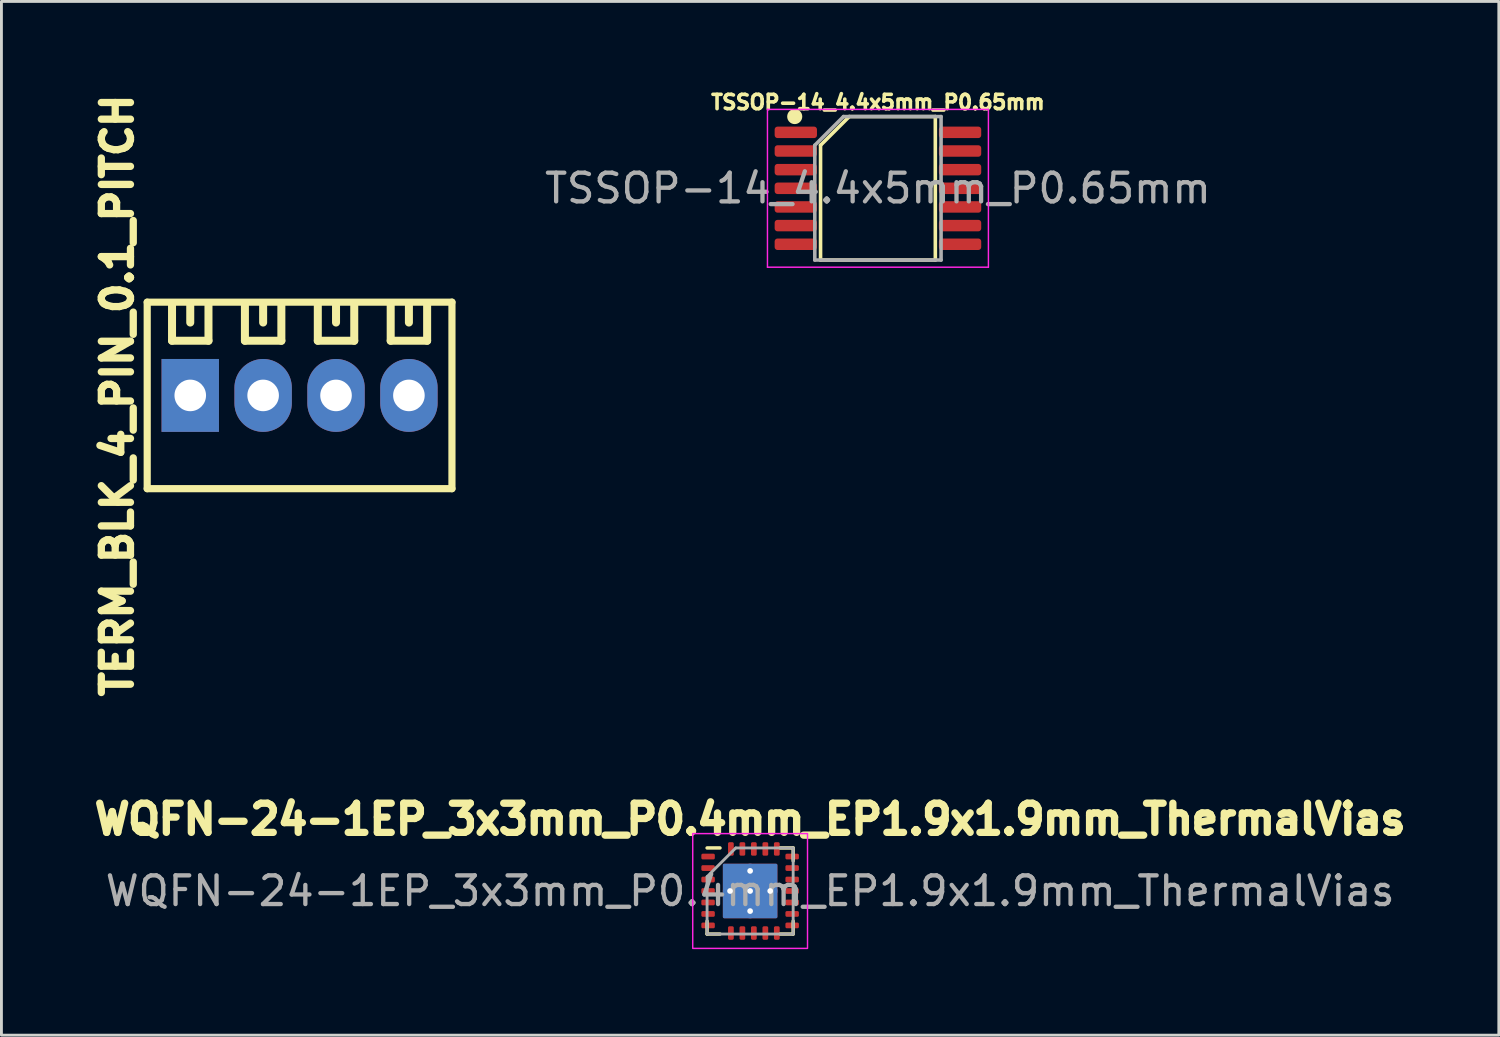
<source format=kicad_pcb>
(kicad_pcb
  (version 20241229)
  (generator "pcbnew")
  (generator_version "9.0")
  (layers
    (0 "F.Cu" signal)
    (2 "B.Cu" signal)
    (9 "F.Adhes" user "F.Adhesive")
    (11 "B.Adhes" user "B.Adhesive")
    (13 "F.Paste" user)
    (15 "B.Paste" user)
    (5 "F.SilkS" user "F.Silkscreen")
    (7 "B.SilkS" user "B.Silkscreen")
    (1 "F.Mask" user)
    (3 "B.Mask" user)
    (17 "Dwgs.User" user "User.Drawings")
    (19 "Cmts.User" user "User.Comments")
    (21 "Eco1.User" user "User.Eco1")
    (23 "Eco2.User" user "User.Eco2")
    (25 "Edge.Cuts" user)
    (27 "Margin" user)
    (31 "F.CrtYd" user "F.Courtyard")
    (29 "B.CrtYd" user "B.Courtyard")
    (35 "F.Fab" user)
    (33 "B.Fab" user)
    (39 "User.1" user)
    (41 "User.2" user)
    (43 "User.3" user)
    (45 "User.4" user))
  (footprint "TERM_BLK_4_PIN_0.1_PITCH"
    (layer "F.Cu")
    (at 7.39 10.73)
    (property "Reference" "TERM_BLK_4_PIN_0.1_PITCH" (at -6.35 0 90) (layer "F.SilkS") (effects (font (size 1.016 1.016) (thickness 0.254))))
    (attr through_hole)
    (fp_line (start -5.31 -3.25) (end -5.31 3.25) (stroke (width 0.25) (type solid)) (layer "F.SilkS"))
    (fp_line (start -5.31 -3.25) (end 5.31 -3.25) (stroke (width 0.25) (type solid)) (layer "F.SilkS"))
    (fp_line (start -5.31 3.25) (end 5.31 3.25) (stroke (width 0.25) (type solid)) (layer "F.SilkS"))
    (fp_line (start -4.445 -3.175) (end -4.445 -1.905) (stroke (width 0.279) (type solid)) (layer "F.SilkS"))
    (fp_line (start -4.445 -1.905) (end -3.175 -1.905) (stroke (width 0.279) (type solid)) (layer "F.SilkS"))
    (fp_line (start -3.81 -2.54) (end -3.81 -3.175) (stroke (width 0.279) (type solid)) (layer "F.SilkS"))
    (fp_line (start -3.175 -1.905) (end -3.175 -3.175) (stroke (width 0.279) (type solid)) (layer "F.SilkS"))
    (fp_line (start -1.905 -3.175) (end -1.905 -1.905) (stroke (width 0.279) (type solid)) (layer "F.SilkS"))
    (fp_line (start -1.905 -1.905) (end -0.635 -1.905) (stroke (width 0.279) (type solid)) (layer "F.SilkS"))
    (fp_line (start -1.27 -2.54) (end -1.27 -3.175) (stroke (width 0.279) (type solid)) (layer "F.SilkS"))
    (fp_line (start -0.635 -1.905) (end -0.635 -3.175) (stroke (width 0.279) (type solid)) (layer "F.SilkS"))
    (fp_line (start 0.635 -3.175) (end 0.635 -1.905) (stroke (width 0.279) (type solid)) (layer "F.SilkS"))
    (fp_line (start 0.635 -1.905) (end 1.905 -1.905) (stroke (width 0.279) (type solid)) (layer "F.SilkS"))
    (fp_line (start 1.27 -2.54) (end 1.27 -3.175) (stroke (width 0.279) (type solid)) (layer "F.SilkS"))
    (fp_line (start 1.905 -1.905) (end 1.905 -3.175) (stroke (width 0.279) (type solid)) (layer "F.SilkS"))
    (fp_line (start 3.175 -3.175) (end 3.175 -1.905) (stroke (width 0.279) (type solid)) (layer "F.SilkS"))
    (fp_line (start 3.175 -1.905) (end 4.445 -1.905) (stroke (width 0.279) (type solid)) (layer "F.SilkS"))
    (fp_line (start 3.81 -2.54) (end 3.81 -3.175) (stroke (width 0.279) (type solid)) (layer "F.SilkS"))
    (fp_line (start 4.445 -1.905) (end 4.445 -3.175) (stroke (width 0.279) (type solid)) (layer "F.SilkS"))
    (fp_line (start 5.31 -3.25) (end 5.31 3.25) (stroke (width 0.25) (type solid)) (layer "F.SilkS"))
    (pad "1" thru_hole rect (at -3.81 0) (size 2 2.54) (drill 1.1) (layers "*.Cu" "*.Mask"))
    (pad "2" thru_hole oval (at -1.27 0) (size 2 2.54) (drill 1.1) (layers "*.Cu" "*.Mask"))
    (pad "3" thru_hole oval (at 1.27 0) (size 2 2.54) (drill 1.1) (layers "*.Cu" "*.Mask"))
    (pad "4" thru_hole oval (at 3.81 0) (size 2 2.54) (drill 1.1) (layers "*.Cu" "*.Mask")))
  (footprint "WQFN-24-1EP_3x3mm_P0.4mm_EP1.9x1.9mm_ThermalVias"
    (layer "F.Cu")
    (at 23.091 28)
    (property "Reference" "WQFN-24-1EP_3x3mm_P0.4mm_EP1.9x1.9mm_ThermalVias" (at 0 -2.5 0) (layer "F.SilkS") (effects (font (size 1.016 1.016) (thickness 0.254))))
    (attr smd)
    (fp_line (start -1.5 1.5) (end -1.5 1.05) (stroke (width 0.12) (type solid)) (layer "F.SilkS"))
    (fp_line (start -1.05 -1.5) (end -1.5 -1.5) (stroke (width 0.12) (type solid)) (layer "F.SilkS"))
    (fp_line (start -1.05 1.5) (end -1.5 1.5) (stroke (width 0.12) (type solid)) (layer "F.SilkS"))
    (fp_line (start 1.05 -1.5) (end 1.5 -1.5) (stroke (width 0.12) (type solid)) (layer "F.SilkS"))
    (fp_line (start 1.05 1.5) (end 1.5 1.5) (stroke (width 0.12) (type solid)) (layer "F.SilkS"))
    (fp_line (start 1.5 -1.5) (end 1.5 -1.05) (stroke (width 0.12) (type solid)) (layer "F.SilkS"))
    (fp_line (start 1.5 1.5) (end 1.5 1.05) (stroke (width 0.12) (type solid)) (layer "F.SilkS"))
    (fp_rect (start -2 -2) (end 2 2) (stroke (width 0.05) (type solid)) (fill no) (layer "F.CrtYd"))
    (fp_line (start -1.5 -0.5) (end -1.5 1.5) (stroke (width 0.1) (type solid)) (layer "F.Fab"))
    (fp_line (start -1.5 1.5) (end 1.5 1.5) (stroke (width 0.1) (type solid)) (layer "F.Fab"))
    (fp_line (start -0.5 -1.5) (end -1.5 -0.5) (stroke (width 0.1) (type solid)) (layer "F.Fab"))
    (fp_line (start 1.5 -1.5) (end -0.5 -1.5) (stroke (width 0.1) (type solid)) (layer "F.Fab"))
    (fp_line (start 1.5 1.5) (end 1.5 -1.5) (stroke (width 0.1) (type solid)) (layer "F.Fab"))
    (fp_text user "${REFERENCE}" (at 0 0 0) (layer "F.Fab") (effects (font (size 1 1) (thickness 0.15))))
    (pad "" smd roundrect (at -0.47 -0.47) (size 0.75 0.75) (layers "F.Paste") (roundrect_rratio 0.067))
    (pad "" smd roundrect (at -0.47 0.47) (size 0.75 0.75) (layers "F.Paste") (roundrect_rratio 0.067))
    (pad "" smd roundrect (at 0.47 -0.47) (size 0.75 0.75) (layers "F.Paste") (roundrect_rratio 0.067))
    (pad "" smd roundrect (at 0.47 0.47) (size 0.75 0.75) (layers "F.Paste") (roundrect_rratio 0.067))
    (pad "1" smd roundrect (at -1.465 -1.2) (size 0.47 0.2) (layers "F.Cu" "F.Mask" "F.Paste") (roundrect_rratio 0.25))
    (pad "2" smd roundrect (at -1.465 -0.8) (size 0.47 0.2) (layers "F.Cu" "F.Mask" "F.Paste") (roundrect_rratio 0.25))
    (pad "3" smd roundrect (at -1.465 -0.4) (size 0.47 0.2) (layers "F.Cu" "F.Mask" "F.Paste") (roundrect_rratio 0.25))
    (pad "4" smd roundrect (at -1.465 0) (size 0.47 0.2) (layers "F.Cu" "F.Mask" "F.Paste") (roundrect_rratio 0.25))
    (pad "5" smd roundrect (at -1.465 0.4) (size 0.47 0.2) (layers "F.Cu" "F.Mask" "F.Paste") (roundrect_rratio 0.25))
    (pad "6" smd roundrect (at -1.465 0.8) (size 0.47 0.2) (layers "F.Cu" "F.Mask" "F.Paste") (roundrect_rratio 0.25))
    (pad "7" smd roundrect (at -1.465 1.2) (size 0.47 0.2) (layers "F.Cu" "F.Mask" "F.Paste") (roundrect_rratio 0.25))
    (pad "8" smd roundrect (at -0.67 1.465) (size 0.2 0.47) (layers "F.Cu" "F.Mask" "F.Paste") (roundrect_rratio 0.25))
    (pad "9" smd roundrect (at -0.27 1.465) (size 0.2 0.47) (layers "F.Cu" "F.Mask" "F.Paste") (roundrect_rratio 0.25))
    (pad "10" smd roundrect (at 0.13 1.465) (size 0.2 0.47) (layers "F.Cu" "F.Mask" "F.Paste") (roundrect_rratio 0.25))
    (pad "11" smd roundrect (at 0.53 1.465) (size 0.2 0.47) (layers "F.Cu" "F.Mask" "F.Paste") (roundrect_rratio 0.25))
    (pad "12" smd roundrect (at 0.93 1.465) (size 0.2 0.47) (layers "F.Cu" "F.Mask" "F.Paste") (roundrect_rratio 0.25))
    (pad "13" smd roundrect (at 1.465 1.2) (size 0.47 0.2) (layers "F.Cu" "F.Mask" "F.Paste") (roundrect_rratio 0.25))
    (pad "14" smd roundrect (at 1.465 0.8) (size 0.47 0.2) (layers "F.Cu" "F.Mask" "F.Paste") (roundrect_rratio 0.25))
    (pad "15" smd roundrect (at 1.465 0.4) (size 0.47 0.2) (layers "F.Cu" "F.Mask" "F.Paste") (roundrect_rratio 0.25))
    (pad "16" smd roundrect (at 1.465 0) (size 0.47 0.2) (layers "F.Cu" "F.Mask" "F.Paste") (roundrect_rratio 0.25))
    (pad "17" smd roundrect (at 1.465 -0.4) (size 0.47 0.2) (layers "F.Cu" "F.Mask" "F.Paste") (roundrect_rratio 0.25))
    (pad "18" smd roundrect (at 1.465 -0.8) (size 0.47 0.2) (layers "F.Cu" "F.Mask" "F.Paste") (roundrect_rratio 0.25))
    (pad "19" smd roundrect (at 1.465 -1.2) (size 0.47 0.2) (layers "F.Cu" "F.Mask" "F.Paste") (roundrect_rratio 0.25))
    (pad "20" smd roundrect (at 0.93 -1.465) (size 0.2 0.47) (layers "F.Cu" "F.Mask" "F.Paste") (roundrect_rratio 0.25))
    (pad "21" smd roundrect (at 0.53 -1.465) (size 0.2 0.47) (layers "F.Cu" "F.Mask" "F.Paste") (roundrect_rratio 0.25))
    (pad "22" smd roundrect (at 0.13 -1.465) (size 0.2 0.47) (layers "F.Cu" "F.Mask" "F.Paste") (roundrect_rratio 0.25))
    (pad "23" smd roundrect (at -0.27 -1.465) (size 0.2 0.47) (layers "F.Cu" "F.Mask" "F.Paste") (roundrect_rratio 0.25))
    (pad "24" smd roundrect (at -0.67 -1.465) (size 0.2 0.47) (layers "F.Cu" "F.Mask" "F.Paste") (roundrect_rratio 0.25))
    (pad "25" thru_hole circle (at -0.7 0) (size 0.5 0.5) (drill 0.2) (layers "*.Cu"))
    (pad "25" thru_hole circle (at 0 -0.7) (size 0.5 0.5) (drill 0.2) (layers "*.Cu"))
    (pad "25" thru_hole circle (at 0 0) (size 0.5 0.5) (drill 0.2) (layers "*.Cu"))
    (pad "25" smd roundrect (at 0 0) (size 1.9 1.9) (layers "F.Cu" "F.Mask") (roundrect_rratio 0.026))
    (pad "25" smd roundrect (at 0 0) (size 1.9 1.9) (layers "B.Cu") (roundrect_rratio 0.026))
    (pad "25" thru_hole circle (at 0 0.7) (size 0.5 0.5) (drill 0.2) (layers "*.Cu"))
    (pad "25" thru_hole circle (at 0.7 0) (size 0.5 0.5) (drill 0.2) (layers "*.Cu")))
  (footprint "TSSOP-14_4.4x5mm_P0.65mm"
    (layer "F.Cu")
    (at 27.545 3.512)
    (property "Reference" "TSSOP-14_4.4x5mm_P0.65mm" (at 0 -3 0) (layer "F.SilkS") (effects (font (size 0.5 0.5) (thickness 0.125))))
    (attr smd)
    (fp_line (start -2 -1.5) (end -1 -2.5) (stroke (width 0.125) (type solid)) (layer "F.SilkS"))
    (fp_line (start -2 2.5) (end -2 -1.5) (stroke (width 0.125) (type solid)) (layer "F.SilkS"))
    (fp_line (start -1 -2.5) (end 2 -2.5) (stroke (width 0.125) (type solid)) (layer "F.SilkS"))
    (fp_line (start 2 -2.5) (end 2 2.5) (stroke (width 0.125) (type solid)) (layer "F.SilkS"))
    (fp_line (start 2 2.5) (end -2 2.5) (stroke (width 0.125) (type solid)) (layer "F.SilkS"))
    (fp_circle (center -2.9 -2.5) (end -2.7 -2.5) (stroke (width 0.125) (type solid)) (fill yes) (layer "F.SilkS"))
    (fp_line (start -3.85 -2.75) (end -3.85 2.75) (stroke (width 0.05) (type solid)) (layer "F.CrtYd"))
    (fp_line (start -3.85 2.75) (end 3.85 2.75) (stroke (width 0.05) (type solid)) (layer "F.CrtYd"))
    (fp_line (start 3.85 -2.75) (end -3.85 -2.75) (stroke (width 0.05) (type solid)) (layer "F.CrtYd"))
    (fp_line (start 3.85 2.75) (end 3.85 -2.75) (stroke (width 0.05) (type solid)) (layer "F.CrtYd"))
    (fp_line (start -2.2 -1.5) (end -1.2 -2.5) (stroke (width 0.125) (type solid)) (layer "F.Fab"))
    (fp_line (start -2.2 2.5) (end -2.2 -1.5) (stroke (width 0.125) (type solid)) (layer "F.Fab"))
    (fp_line (start -1.2 -2.5) (end 2.2 -2.5) (stroke (width 0.125) (type solid)) (layer "F.Fab"))
    (fp_line (start 2.2 -2.5) (end 2.2 2.5) (stroke (width 0.125) (type solid)) (layer "F.Fab"))
    (fp_line (start 2.2 2.5) (end -2.2 2.5) (stroke (width 0.125) (type solid)) (layer "F.Fab"))
    (fp_text user "${REFERENCE}" (at 0 0 0) (layer "F.Fab") (effects (font (size 1 1) (thickness 0.15))))
    (pad "1" smd roundrect (at -2.862 -1.95) (size 1.475 0.4) (layers "F.Cu" "F.Mask" "F.Paste") (roundrect_rratio 0.25))
    (pad "2" smd roundrect (at -2.862 -1.3) (size 1.475 0.4) (layers "F.Cu" "F.Mask" "F.Paste") (roundrect_rratio 0.25))
    (pad "3" smd roundrect (at -2.862 -0.65) (size 1.475 0.4) (layers "F.Cu" "F.Mask" "F.Paste") (roundrect_rratio 0.25))
    (pad "4" smd roundrect (at -2.862 0) (size 1.475 0.4) (layers "F.Cu" "F.Mask" "F.Paste") (roundrect_rratio 0.25))
    (pad "5" smd roundrect (at -2.862 0.65) (size 1.475 0.4) (layers "F.Cu" "F.Mask" "F.Paste") (roundrect_rratio 0.25))
    (pad "6" smd roundrect (at -2.862 1.3) (size 1.475 0.4) (layers "F.Cu" "F.Mask" "F.Paste") (roundrect_rratio 0.25))
    (pad "7" smd roundrect (at -2.862 1.95) (size 1.475 0.4) (layers "F.Cu" "F.Mask" "F.Paste") (roundrect_rratio 0.25))
    (pad "8" smd roundrect (at 2.862 1.95) (size 1.475 0.4) (layers "F.Cu" "F.Mask" "F.Paste") (roundrect_rratio 0.25))
    (pad "9" smd roundrect (at 2.862 1.3) (size 1.475 0.4) (layers "F.Cu" "F.Mask" "F.Paste") (roundrect_rratio 0.25))
    (pad "10" smd roundrect (at 2.862 0.65) (size 1.475 0.4) (layers "F.Cu" "F.Mask" "F.Paste") (roundrect_rratio 0.25))
    (pad "11" smd roundrect (at 2.862 0) (size 1.475 0.4) (layers "F.Cu" "F.Mask" "F.Paste") (roundrect_rratio 0.25))
    (pad "12" smd roundrect (at 2.862 -0.65) (size 1.475 0.4) (layers "F.Cu" "F.Mask" "F.Paste") (roundrect_rratio 0.25))
    (pad "13" smd roundrect (at 2.862 -1.3) (size 1.475 0.4) (layers "F.Cu" "F.Mask" "F.Paste") (roundrect_rratio 0.25))
    (pad "14" smd roundrect (at 2.862 -1.95) (size 1.475 0.4) (layers "F.Cu" "F.Mask" "F.Paste") (roundrect_rratio 0.25)))
  (gr_rect
    (start -3 -3)
    (end 49.182 33.025)
    (stroke (width 0.1) (type default))
    (fill no)
    (layer "Edge.Cuts")))
</source>
